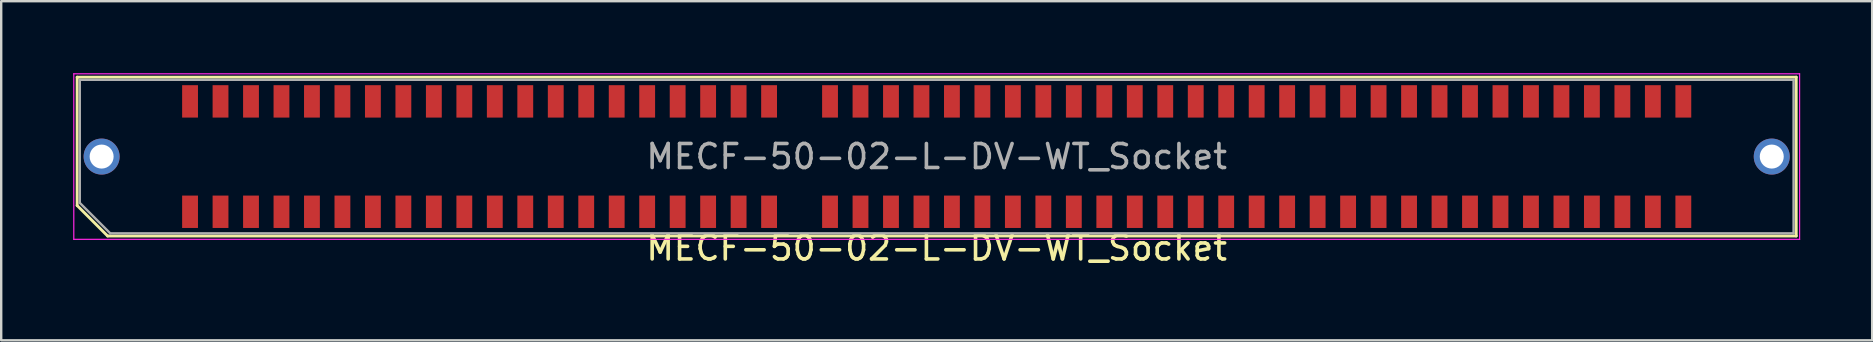
<source format=kicad_pcb>
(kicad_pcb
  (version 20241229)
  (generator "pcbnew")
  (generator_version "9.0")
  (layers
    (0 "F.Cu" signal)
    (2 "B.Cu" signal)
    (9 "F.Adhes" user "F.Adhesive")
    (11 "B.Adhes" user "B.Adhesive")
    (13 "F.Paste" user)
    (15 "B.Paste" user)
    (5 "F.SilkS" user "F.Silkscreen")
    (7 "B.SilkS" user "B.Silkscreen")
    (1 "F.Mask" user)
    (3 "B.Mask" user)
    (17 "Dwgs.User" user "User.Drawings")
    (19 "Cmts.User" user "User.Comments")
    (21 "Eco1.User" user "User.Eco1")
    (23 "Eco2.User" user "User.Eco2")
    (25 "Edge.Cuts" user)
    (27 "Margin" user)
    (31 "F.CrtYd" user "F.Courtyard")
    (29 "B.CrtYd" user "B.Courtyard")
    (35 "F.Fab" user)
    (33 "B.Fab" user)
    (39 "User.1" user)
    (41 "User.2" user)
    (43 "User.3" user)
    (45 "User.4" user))
  (footprint "MECF-50-02-L-DV-WT_Socket"
    (layer "F.Cu")
    (at 35.985 3.475)
    (property "Reference" "MECF-50-02-L-DV-WT_Socket" (at 0 3.81 0) (layer "F.SilkS") (effects (font (size 1 1) (thickness 0.15))))
    (attr smd)
    (fp_line (start -35.82 -3.31) (end 35.82 -3.31) (stroke (width 0.12) (type solid)) (layer "F.SilkS"))
    (fp_line (start -35.82 2.04) (end -35.82 -3.31) (stroke (width 0.12) (type solid)) (layer "F.SilkS"))
    (fp_line (start -34.55 3.31) (end -35.82 2.04) (stroke (width 0.12) (type solid)) (layer "F.SilkS"))
    (fp_line (start -34.55 3.31) (end 35.82 3.31) (stroke (width 0.12) (type solid)) (layer "F.SilkS"))
    (fp_line (start 35.82 3.31) (end 35.82 -3.31) (stroke (width 0.12) (type solid)) (layer "F.SilkS"))
    (fp_line (start -35.96 -3.45) (end -35.96 3.45) (stroke (width 0.05) (type solid)) (layer "F.CrtYd"))
    (fp_line (start -35.96 3.45) (end 35.96 3.45) (stroke (width 0.05) (type solid)) (layer "F.CrtYd"))
    (fp_line (start 35.96 -3.45) (end -35.96 -3.45) (stroke (width 0.05) (type solid)) (layer "F.CrtYd"))
    (fp_line (start 35.96 3.45) (end 35.96 -3.45) (stroke (width 0.05) (type solid)) (layer "F.CrtYd"))
    (fp_line (start -35.71 -3.2) (end 35.71 -3.2) (stroke (width 0.1) (type solid)) (layer "F.Fab"))
    (fp_line (start -35.71 1.93) (end -35.71 -3.2) (stroke (width 0.1) (type solid)) (layer "F.Fab"))
    (fp_line (start -35.71 1.93) (end -34.44 3.2) (stroke (width 0.1) (type solid)) (layer "F.Fab"))
    (fp_line (start -34.44 3.2) (end 35.71 3.2) (stroke (width 0.1) (type solid)) (layer "F.Fab"))
    (fp_line (start 35.71 3.2) (end 35.71 -3.2) (stroke (width 0.1) (type solid)) (layer "F.Fab"))
    (fp_text user "${REFERENCE}" (at 0 0 0) (layer "F.Fab") (effects (font (size 1 1) (thickness 0.15))))
    (pad "" thru_hole circle (at -34.8 0) (size 1.5 1.5) (drill 1) (layers "*.Cu" "*.Mask"))
    (pad "" np_thru_hole circle (at -32.895 0) (size 0.001 0.001) (drill 1.45) (layers "*.Cu" "*.Mask"))
    (pad "" np_thru_hole circle (at 32.895 1) (size 0.001 0.001) (drill 1.45) (layers "*.Cu" "*.Mask"))
    (pad "" thru_hole circle (at 34.8 0) (size 1.5 1.5) (drill 1) (layers "*.Cu" "*.Mask"))
    (pad "1" smd rect (at -31.115 2.3) (size 0.66 1.35) (layers "F.Cu" "F.Mask" "F.Paste"))
    (pad "2" smd rect (at -31.115 -2.3) (size 0.66 1.35) (layers "F.Cu" "F.Mask" "F.Paste"))
    (pad "3" smd rect (at -29.845 2.3) (size 0.66 1.35) (layers "F.Cu" "F.Mask" "F.Paste"))
    (pad "4" smd rect (at -29.845 -2.3) (size 0.66 1.35) (layers "F.Cu" "F.Mask" "F.Paste"))
    (pad "5" smd rect (at -28.575 2.3) (size 0.66 1.35) (layers "F.Cu" "F.Mask" "F.Paste"))
    (pad "6" smd rect (at -28.575 -2.3) (size 0.66 1.35) (layers "F.Cu" "F.Mask" "F.Paste"))
    (pad "7" smd rect (at -27.305 2.3) (size 0.66 1.35) (layers "F.Cu" "F.Mask" "F.Paste"))
    (pad "8" smd rect (at -27.305 -2.3) (size 0.66 1.35) (layers "F.Cu" "F.Mask" "F.Paste"))
    (pad "9" smd rect (at -26.035 2.3) (size 0.66 1.35) (layers "F.Cu" "F.Mask" "F.Paste"))
    (pad "10" smd rect (at -26.035 -2.3) (size 0.66 1.35) (layers "F.Cu" "F.Mask" "F.Paste"))
    (pad "11" smd rect (at -24.765 2.3) (size 0.66 1.35) (layers "F.Cu" "F.Mask" "F.Paste"))
    (pad "12" smd rect (at -24.765 -2.3) (size 0.66 1.35) (layers "F.Cu" "F.Mask" "F.Paste"))
    (pad "13" smd rect (at -23.495 2.3) (size 0.66 1.35) (layers "F.Cu" "F.Mask" "F.Paste"))
    (pad "14" smd rect (at -23.495 -2.3) (size 0.66 1.35) (layers "F.Cu" "F.Mask" "F.Paste"))
    (pad "15" smd rect (at -22.225 2.3) (size 0.66 1.35) (layers "F.Cu" "F.Mask" "F.Paste"))
    (pad "16" smd rect (at -22.225 -2.3) (size 0.66 1.35) (layers "F.Cu" "F.Mask" "F.Paste"))
    (pad "17" smd rect (at -20.955 2.3) (size 0.66 1.35) (layers "F.Cu" "F.Mask" "F.Paste"))
    (pad "18" smd rect (at -20.955 -2.3) (size 0.66 1.35) (layers "F.Cu" "F.Mask" "F.Paste"))
    (pad "19" smd rect (at -19.685 2.3) (size 0.66 1.35) (layers "F.Cu" "F.Mask" "F.Paste"))
    (pad "20" smd rect (at -19.685 -2.3) (size 0.66 1.35) (layers "F.Cu" "F.Mask" "F.Paste"))
    (pad "21" smd rect (at -18.415 2.3) (size 0.66 1.35) (layers "F.Cu" "F.Mask" "F.Paste"))
    (pad "22" smd rect (at -18.415 -2.3) (size 0.66 1.35) (layers "F.Cu" "F.Mask" "F.Paste"))
    (pad "23" smd rect (at -17.145 2.3) (size 0.66 1.35) (layers "F.Cu" "F.Mask" "F.Paste"))
    (pad "24" smd rect (at -17.145 -2.3) (size 0.66 1.35) (layers "F.Cu" "F.Mask" "F.Paste"))
    (pad "25" smd rect (at -15.875 2.3) (size 0.66 1.35) (layers "F.Cu" "F.Mask" "F.Paste"))
    (pad "26" smd rect (at -15.875 -2.3) (size 0.66 1.35) (layers "F.Cu" "F.Mask" "F.Paste"))
    (pad "27" smd rect (at -14.605 2.3) (size 0.66 1.35) (layers "F.Cu" "F.Mask" "F.Paste"))
    (pad "28" smd rect (at -14.605 -2.3) (size 0.66 1.35) (layers "F.Cu" "F.Mask" "F.Paste"))
    (pad "29" smd rect (at -13.335 2.3) (size 0.66 1.35) (layers "F.Cu" "F.Mask" "F.Paste"))
    (pad "30" smd rect (at -13.335 -2.3) (size 0.66 1.35) (layers "F.Cu" "F.Mask" "F.Paste"))
    (pad "31" smd rect (at -12.065 2.3) (size 0.66 1.35) (layers "F.Cu" "F.Mask" "F.Paste"))
    (pad "32" smd rect (at -12.065 -2.3) (size 0.66 1.35) (layers "F.Cu" "F.Mask" "F.Paste"))
    (pad "33" smd rect (at -10.795 2.3) (size 0.66 1.35) (layers "F.Cu" "F.Mask" "F.Paste"))
    (pad "34" smd rect (at -10.795 -2.3) (size 0.66 1.35) (layers "F.Cu" "F.Mask" "F.Paste"))
    (pad "35" smd rect (at -9.525 2.3) (size 0.66 1.35) (layers "F.Cu" "F.Mask" "F.Paste"))
    (pad "36" smd rect (at -9.525 -2.3) (size 0.66 1.35) (layers "F.Cu" "F.Mask" "F.Paste"))
    (pad "37" smd rect (at -8.255 2.3) (size 0.66 1.35) (layers "F.Cu" "F.Mask" "F.Paste"))
    (pad "38" smd rect (at -8.255 -2.3) (size 0.66 1.35) (layers "F.Cu" "F.Mask" "F.Paste"))
    (pad "39" smd rect (at -6.985 2.3) (size 0.66 1.35) (layers "F.Cu" "F.Mask" "F.Paste"))
    (pad "40" smd rect (at -6.985 -2.3) (size 0.66 1.35) (layers "F.Cu" "F.Mask" "F.Paste"))
    (pad "43" smd rect (at -4.445 2.3) (size 0.66 1.35) (layers "F.Cu" "F.Mask" "F.Paste"))
    (pad "44" smd rect (at -4.445 -2.3) (size 0.66 1.35) (layers "F.Cu" "F.Mask" "F.Paste"))
    (pad "45" smd rect (at -3.175 2.3) (size 0.66 1.35) (layers "F.Cu" "F.Mask" "F.Paste"))
    (pad "46" smd rect (at -3.175 -2.3) (size 0.66 1.35) (layers "F.Cu" "F.Mask" "F.Paste"))
    (pad "47" smd rect (at -1.905 2.3) (size 0.66 1.35) (layers "F.Cu" "F.Mask" "F.Paste"))
    (pad "48" smd rect (at -1.905 -2.3) (size 0.66 1.35) (layers "F.Cu" "F.Mask" "F.Paste"))
    (pad "49" smd rect (at -0.635 2.3) (size 0.66 1.35) (layers "F.Cu" "F.Mask" "F.Paste"))
    (pad "50" smd rect (at -0.635 -2.3) (size 0.66 1.35) (layers "F.Cu" "F.Mask" "F.Paste"))
    (pad "51" smd rect (at 0.635 2.3) (size 0.66 1.35) (layers "F.Cu" "F.Mask" "F.Paste"))
    (pad "52" smd rect (at 0.635 -2.3) (size 0.66 1.35) (layers "F.Cu" "F.Mask" "F.Paste"))
    (pad "53" smd rect (at 1.905 2.3) (size 0.66 1.35) (layers "F.Cu" "F.Mask" "F.Paste"))
    (pad "54" smd rect (at 1.905 -2.3) (size 0.66 1.35) (layers "F.Cu" "F.Mask" "F.Paste"))
    (pad "55" smd rect (at 3.175 2.3) (size 0.66 1.35) (layers "F.Cu" "F.Mask" "F.Paste"))
    (pad "56" smd rect (at 3.175 -2.3) (size 0.66 1.35) (layers "F.Cu" "F.Mask" "F.Paste"))
    (pad "57" smd rect (at 4.445 2.3) (size 0.66 1.35) (layers "F.Cu" "F.Mask" "F.Paste"))
    (pad "58" smd rect (at 4.445 -2.3) (size 0.66 1.35) (layers "F.Cu" "F.Mask" "F.Paste"))
    (pad "59" smd rect (at 5.715 2.3) (size 0.66 1.35) (layers "F.Cu" "F.Mask" "F.Paste"))
    (pad "60" smd rect (at 5.715 -2.3) (size 0.66 1.35) (layers "F.Cu" "F.Mask" "F.Paste"))
    (pad "61" smd rect (at 6.985 2.3) (size 0.66 1.35) (layers "F.Cu" "F.Mask" "F.Paste"))
    (pad "62" smd rect (at 6.985 -2.3) (size 0.66 1.35) (layers "F.Cu" "F.Mask" "F.Paste"))
    (pad "63" smd rect (at 8.255 2.3) (size 0.66 1.35) (layers "F.Cu" "F.Mask" "F.Paste"))
    (pad "64" smd rect (at 8.255 -2.3) (size 0.66 1.35) (layers "F.Cu" "F.Mask" "F.Paste"))
    (pad "65" smd rect (at 9.525 2.3) (size 0.66 1.35) (layers "F.Cu" "F.Mask" "F.Paste"))
    (pad "66" smd rect (at 9.525 -2.3) (size 0.66 1.35) (layers "F.Cu" "F.Mask" "F.Paste"))
    (pad "67" smd rect (at 10.795 2.3) (size 0.66 1.35) (layers "F.Cu" "F.Mask" "F.Paste"))
    (pad "68" smd rect (at 10.795 -2.3) (size 0.66 1.35) (layers "F.Cu" "F.Mask" "F.Paste"))
    (pad "69" smd rect (at 12.065 2.3) (size 0.66 1.35) (layers "F.Cu" "F.Mask" "F.Paste"))
    (pad "70" smd rect (at 12.065 -2.3) (size 0.66 1.35) (layers "F.Cu" "F.Mask" "F.Paste"))
    (pad "71" smd rect (at 13.335 2.3) (size 0.66 1.35) (layers "F.Cu" "F.Mask" "F.Paste"))
    (pad "72" smd rect (at 13.335 -2.3) (size 0.66 1.35) (layers "F.Cu" "F.Mask" "F.Paste"))
    (pad "73" smd rect (at 14.605 2.3) (size 0.66 1.35) (layers "F.Cu" "F.Mask" "F.Paste"))
    (pad "74" smd rect (at 14.605 -2.3) (size 0.66 1.35) (layers "F.Cu" "F.Mask" "F.Paste"))
    (pad "75" smd rect (at 15.875 2.3) (size 0.66 1.35) (layers "F.Cu" "F.Mask" "F.Paste"))
    (pad "76" smd rect (at 15.875 -2.3) (size 0.66 1.35) (layers "F.Cu" "F.Mask" "F.Paste"))
    (pad "77" smd rect (at 17.145 2.3) (size 0.66 1.35) (layers "F.Cu" "F.Mask" "F.Paste"))
    (pad "78" smd rect (at 17.145 -2.3) (size 0.66 1.35) (layers "F.Cu" "F.Mask" "F.Paste"))
    (pad "79" smd rect (at 18.415 2.3) (size 0.66 1.35) (layers "F.Cu" "F.Mask" "F.Paste"))
    (pad "80" smd rect (at 18.415 -2.3) (size 0.66 1.35) (layers "F.Cu" "F.Mask" "F.Paste"))
    (pad "81" smd rect (at 19.685 2.3) (size 0.66 1.35) (layers "F.Cu" "F.Mask" "F.Paste"))
    (pad "82" smd rect (at 19.685 -2.3) (size 0.66 1.35) (layers "F.Cu" "F.Mask" "F.Paste"))
    (pad "83" smd rect (at 20.955 2.3) (size 0.66 1.35) (layers "F.Cu" "F.Mask" "F.Paste"))
    (pad "84" smd rect (at 20.955 -2.3) (size 0.66 1.35) (layers "F.Cu" "F.Mask" "F.Paste"))
    (pad "85" smd rect (at 22.225 2.3) (size 0.66 1.35) (layers "F.Cu" "F.Mask" "F.Paste"))
    (pad "86" smd rect (at 22.225 -2.3) (size 0.66 1.35) (layers "F.Cu" "F.Mask" "F.Paste"))
    (pad "87" smd rect (at 23.495 2.3) (size 0.66 1.35) (layers "F.Cu" "F.Mask" "F.Paste"))
    (pad "88" smd rect (at 23.495 -2.3) (size 0.66 1.35) (layers "F.Cu" "F.Mask" "F.Paste"))
    (pad "89" smd rect (at 24.765 2.3) (size 0.66 1.35) (layers "F.Cu" "F.Mask" "F.Paste"))
    (pad "90" smd rect (at 24.765 -2.3) (size 0.66 1.35) (layers "F.Cu" "F.Mask" "F.Paste"))
    (pad "91" smd rect (at 26.035 2.3) (size 0.66 1.35) (layers "F.Cu" "F.Mask" "F.Paste"))
    (pad "92" smd rect (at 26.035 -2.3) (size 0.66 1.35) (layers "F.Cu" "F.Mask" "F.Paste"))
    (pad "93" smd rect (at 27.305 2.3) (size 0.66 1.35) (layers "F.Cu" "F.Mask" "F.Paste"))
    (pad "94" smd rect (at 27.305 -2.3) (size 0.66 1.35) (layers "F.Cu" "F.Mask" "F.Paste"))
    (pad "95" smd rect (at 28.575 2.3) (size 0.66 1.35) (layers "F.Cu" "F.Mask" "F.Paste"))
    (pad "96" smd rect (at 28.575 -2.3) (size 0.66 1.35) (layers "F.Cu" "F.Mask" "F.Paste"))
    (pad "97" smd rect (at 29.845 2.3) (size 0.66 1.35) (layers "F.Cu" "F.Mask" "F.Paste"))
    (pad "98" smd rect (at 29.845 -2.3) (size 0.66 1.35) (layers "F.Cu" "F.Mask" "F.Paste"))
    (pad "99" smd rect (at 31.115 2.3) (size 0.66 1.35) (layers "F.Cu" "F.Mask" "F.Paste"))
    (pad "100" smd rect (at 31.115 -2.3) (size 0.66 1.35) (layers "F.Cu" "F.Mask" "F.Paste")))
  (gr_rect
    (start -3 -3)
    (end 74.97 11.133)
    (stroke (width 0.1) (type default))
    (fill no)
    (layer "Edge.Cuts")))
</source>
